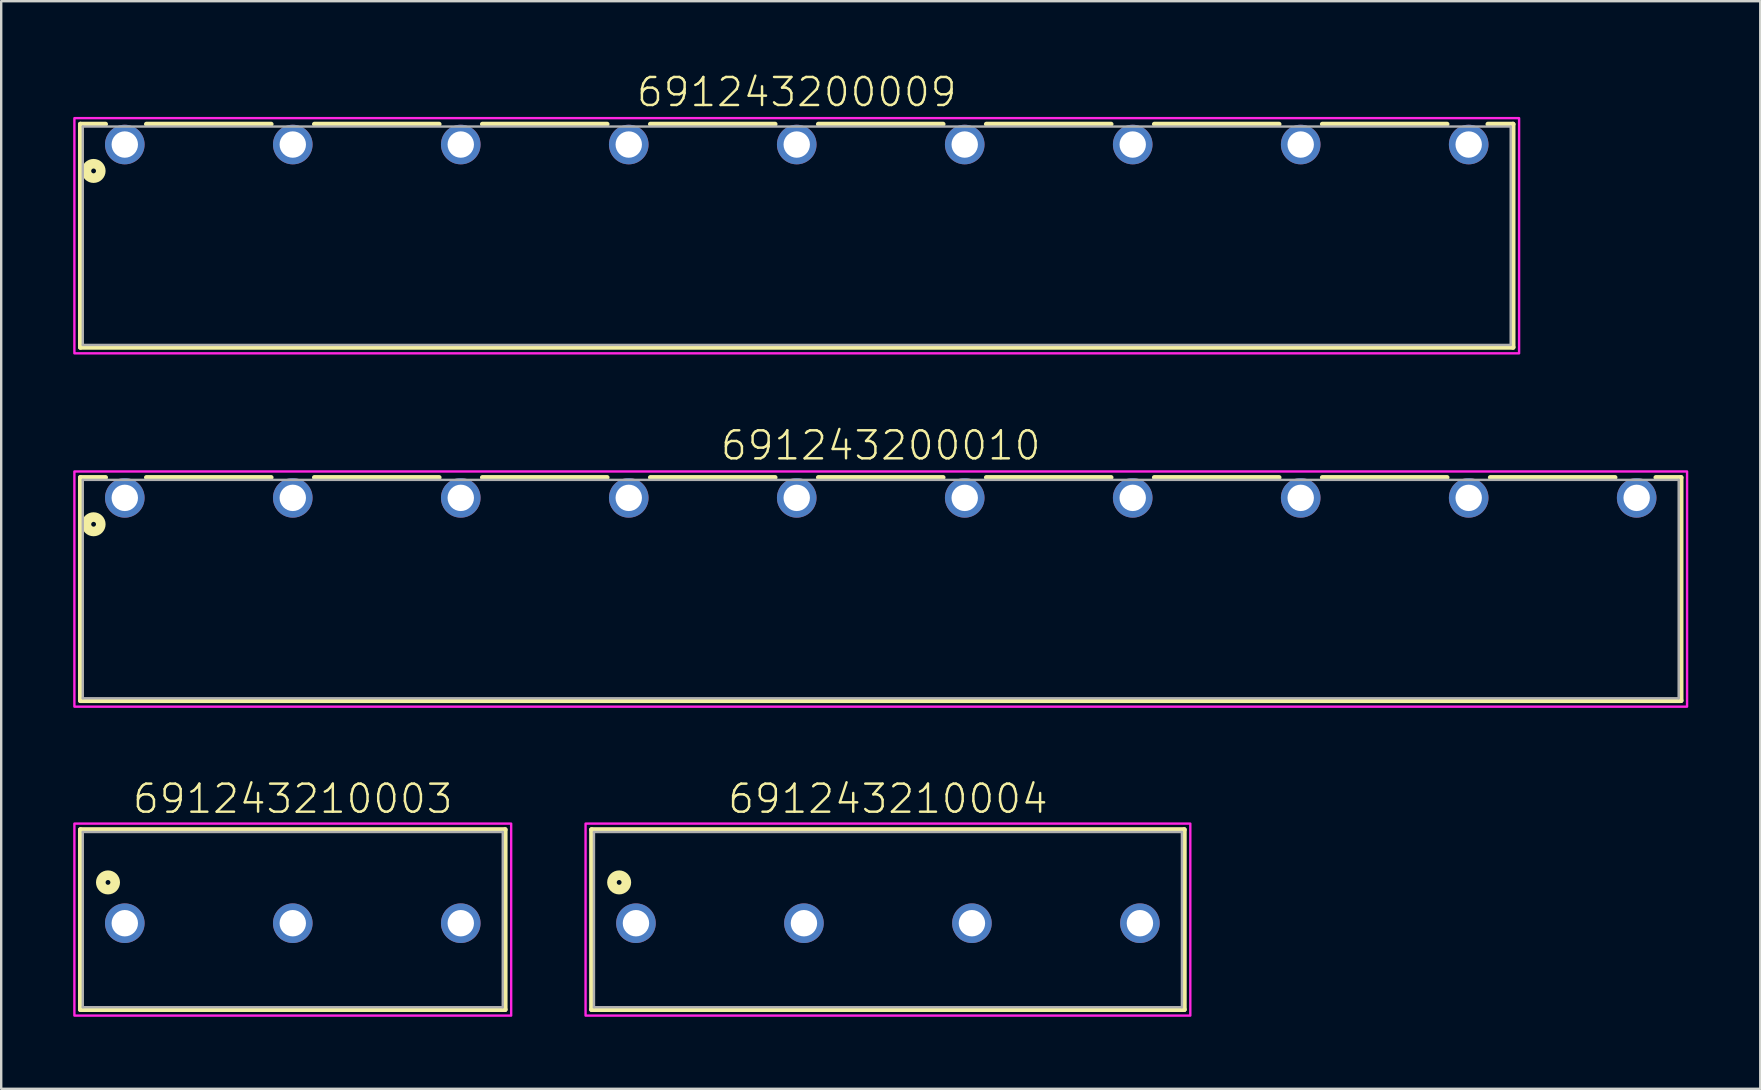
<source format=kicad_pcb>
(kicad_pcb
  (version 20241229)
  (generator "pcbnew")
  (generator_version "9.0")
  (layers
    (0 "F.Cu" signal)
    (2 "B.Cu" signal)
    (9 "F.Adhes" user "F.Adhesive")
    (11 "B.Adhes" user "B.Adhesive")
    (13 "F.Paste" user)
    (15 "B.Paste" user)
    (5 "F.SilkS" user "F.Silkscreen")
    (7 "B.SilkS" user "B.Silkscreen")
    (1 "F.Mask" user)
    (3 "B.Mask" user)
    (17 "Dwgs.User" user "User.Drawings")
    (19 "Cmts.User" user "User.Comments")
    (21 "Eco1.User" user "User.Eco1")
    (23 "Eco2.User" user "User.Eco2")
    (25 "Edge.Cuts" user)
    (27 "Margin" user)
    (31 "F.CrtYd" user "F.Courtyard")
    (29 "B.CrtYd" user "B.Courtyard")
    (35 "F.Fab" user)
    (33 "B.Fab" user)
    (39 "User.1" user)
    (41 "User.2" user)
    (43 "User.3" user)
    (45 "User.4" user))
  (footprint "691243210004"
    (layer "F.Cu")
    (at 33.95 35.42)
    (property "Reference" "691243210004" (at 0 -4.5 0) (unlocked yes) (layer "F.SilkS") (effects (font (size 1.168 1.168) (thickness 0.102)) (justify bottom)))
    (fp_line (start -12.35 -3.9) (end 12.35 -3.9) (stroke (width 0.2) (type solid)) (layer "F.SilkS"))
    (fp_line (start -12.35 3.6) (end -12.35 -3.9) (stroke (width 0.2) (type solid)) (layer "F.SilkS"))
    (fp_line (start 12.35 -3.9) (end 12.35 3.6) (stroke (width 0.2) (type solid)) (layer "F.SilkS"))
    (fp_line (start 12.35 3.6) (end -12.35 3.6) (stroke (width 0.2) (type solid)) (layer "F.SilkS"))
    (fp_circle (center -11.2 -1.7) (end -11.1 -1.7) (stroke (width 0.4) (type solid)) (fill no) (layer "F.SilkS"))
    (fp_poly (pts (xy 12.6 3.85) (xy -12.6 3.85) (xy -12.6 -4.15) (xy 12.6 -4.15)) (stroke (width 0.1) (type default)) (fill no) (layer "F.CrtYd"))
    (fp_line (start -12.25 -3.8) (end -12.25 3.5) (stroke (width 0.1) (type solid)) (layer "F.Fab"))
    (fp_line (start -12.25 -3.8) (end 12.25 -3.8) (stroke (width 0.1) (type solid)) (layer "F.Fab"))
    (fp_line (start 12.25 -3.8) (end 12.25 3.5) (stroke (width 0.1) (type solid)) (layer "F.Fab"))
    (fp_line (start 12.25 3.5) (end -12.25 3.5) (stroke (width 0.1) (type solid)) (layer "F.Fab"))
    (pad "1" thru_hole circle (at -10.5 0) (size 1.65 1.65) (drill 1.1) (layers "*.Cu" "*.Mask"))
    (pad "2" thru_hole circle (at -3.5 0) (size 1.65 1.65) (drill 1.1) (layers "*.Cu" "*.Mask"))
    (pad "3" thru_hole circle (at 3.5 0) (size 1.65 1.65) (drill 1.1) (layers "*.Cu" "*.Mask"))
    (pad "4" thru_hole circle (at 10.5 0) (size 1.65 1.65) (drill 1.1) (layers "*.Cu" "*.Mask")))
  (footprint "691243200010"
    (layer "F.Cu")
    (at 33.65 17.696)
    (property "Reference" "691243200010" (at 0 -1.5 0) (unlocked yes) (layer "F.SilkS") (effects (font (size 1.168 1.168) (thickness 0.102)) (justify bottom)))
    (fp_line (start -33.35 -0.85) (end -32.3 -0.85) (stroke (width 0.2) (type solid)) (layer "F.SilkS"))
    (fp_line (start -33.35 8.45) (end -33.35 -0.85) (stroke (width 0.2) (type solid)) (layer "F.SilkS"))
    (fp_line (start -30.6 -0.85) (end -25.4 -0.85) (stroke (width 0.2) (type solid)) (layer "F.SilkS"))
    (fp_line (start -23.6 -0.85) (end -18.4 -0.85) (stroke (width 0.2) (type solid)) (layer "F.SilkS"))
    (fp_line (start -16.6 -0.85) (end -11.4 -0.85) (stroke (width 0.2) (type solid)) (layer "F.SilkS"))
    (fp_line (start -9.6 -0.85) (end -4.4 -0.85) (stroke (width 0.2) (type solid)) (layer "F.SilkS"))
    (fp_line (start -2.6 -0.85) (end 2.6 -0.85) (stroke (width 0.2) (type solid)) (layer "F.SilkS"))
    (fp_line (start 4.4 -0.85) (end 9.6 -0.85) (stroke (width 0.2) (type solid)) (layer "F.SilkS"))
    (fp_line (start 11.4 -0.85) (end 16.6 -0.85) (stroke (width 0.2) (type solid)) (layer "F.SilkS"))
    (fp_line (start 18.4 -0.85) (end 23.6 -0.85) (stroke (width 0.2) (type solid)) (layer "F.SilkS"))
    (fp_line (start 25.4 -0.85) (end 30.6 -0.85) (stroke (width 0.2) (type solid)) (layer "F.SilkS"))
    (fp_line (start 32.3 -0.85) (end 33.35 -0.85) (stroke (width 0.2) (type solid)) (layer "F.SilkS"))
    (fp_line (start 33.35 -0.85) (end 33.35 8.45) (stroke (width 0.2) (type solid)) (layer "F.SilkS"))
    (fp_line (start 33.35 8.45) (end -33.35 8.45) (stroke (width 0.2) (type solid)) (layer "F.SilkS"))
    (fp_circle (center -32.8 1.1) (end -32.7 1.1) (stroke (width 0.4) (type solid)) (fill no) (layer "F.SilkS"))
    (fp_poly (pts (xy 33.6 8.7) (xy -33.6 8.7) (xy -33.6 -1.1) (xy 33.6 -1.1)) (stroke (width 0.1) (type default)) (fill no) (layer "F.CrtYd"))
    (fp_line (start -33.25 -0.75) (end 33.25 -0.75) (stroke (width 0.1) (type solid)) (layer "F.Fab"))
    (fp_line (start -33.25 8.35) (end -33.25 -0.75) (stroke (width 0.1) (type solid)) (layer "F.Fab"))
    (fp_line (start 33.25 -0.75) (end 33.25 8.35) (stroke (width 0.1) (type solid)) (layer "F.Fab"))
    (fp_line (start 33.25 8.35) (end -33.25 8.35) (stroke (width 0.1) (type solid)) (layer "F.Fab"))
    (pad "1" thru_hole circle (at -31.5 0 180) (size 1.65 1.65) (drill 1.1) (layers "*.Cu" "*.Mask"))
    (pad "2" thru_hole circle (at -24.5 0 180) (size 1.65 1.65) (drill 1.1) (layers "*.Cu" "*.Mask"))
    (pad "3" thru_hole circle (at -17.5 0 180) (size 1.65 1.65) (drill 1.1) (layers "*.Cu" "*.Mask"))
    (pad "4" thru_hole circle (at -10.5 0 180) (size 1.65 1.65) (drill 1.1) (layers "*.Cu" "*.Mask"))
    (pad "5" thru_hole circle (at -3.5 0 180) (size 1.65 1.65) (drill 1.1) (layers "*.Cu" "*.Mask"))
    (pad "6" thru_hole circle (at 3.5 0 180) (size 1.65 1.65) (drill 1.1) (layers "*.Cu" "*.Mask"))
    (pad "7" thru_hole circle (at 10.5 0 180) (size 1.65 1.65) (drill 1.1) (layers "*.Cu" "*.Mask"))
    (pad "8" thru_hole circle (at 17.5 0 180) (size 1.65 1.65) (drill 1.1) (layers "*.Cu" "*.Mask"))
    (pad "9" thru_hole circle (at 24.5 0 180) (size 1.65 1.65) (drill 1.1) (layers "*.Cu" "*.Mask"))
    (pad "10" thru_hole circle (at 31.5 0 180) (size 1.65 1.65) (drill 1.1) (layers "*.Cu" "*.Mask")))
  (footprint "691243200009"
    (layer "F.Cu")
    (at 30.15 2.973)
    (property "Reference" "691243200009" (at 0 -1.5 0) (unlocked yes) (layer "F.SilkS") (effects (font (size 1.168 1.168) (thickness 0.102)) (justify bottom)))
    (fp_line (start -29.85 -0.85) (end -28.8 -0.85) (stroke (width 0.2) (type solid)) (layer "F.SilkS"))
    (fp_line (start -29.85 8.45) (end -29.85 -0.85) (stroke (width 0.2) (type solid)) (layer "F.SilkS"))
    (fp_line (start -27.1 -0.85) (end -21.9 -0.85) (stroke (width 0.2) (type solid)) (layer "F.SilkS"))
    (fp_line (start -20.1 -0.85) (end -14.9 -0.85) (stroke (width 0.2) (type solid)) (layer "F.SilkS"))
    (fp_line (start -13.1 -0.85) (end -7.9 -0.85) (stroke (width 0.2) (type solid)) (layer "F.SilkS"))
    (fp_line (start -6.1 -0.85) (end -0.9 -0.85) (stroke (width 0.2) (type solid)) (layer "F.SilkS"))
    (fp_line (start 0.9 -0.85) (end 6.1 -0.85) (stroke (width 0.2) (type solid)) (layer "F.SilkS"))
    (fp_line (start 7.9 -0.85) (end 13.1 -0.85) (stroke (width 0.2) (type solid)) (layer "F.SilkS"))
    (fp_line (start 14.9 -0.85) (end 20.1 -0.85) (stroke (width 0.2) (type solid)) (layer "F.SilkS"))
    (fp_line (start 21.9 -0.85) (end 27.1 -0.85) (stroke (width 0.2) (type solid)) (layer "F.SilkS"))
    (fp_line (start 28.8 -0.85) (end 29.85 -0.85) (stroke (width 0.2) (type solid)) (layer "F.SilkS"))
    (fp_line (start 29.85 -0.85) (end 29.85 8.45) (stroke (width 0.2) (type solid)) (layer "F.SilkS"))
    (fp_line (start 29.85 8.45) (end -29.85 8.45) (stroke (width 0.2) (type solid)) (layer "F.SilkS"))
    (fp_circle (center -29.3 1.1) (end -29.2 1.1) (stroke (width 0.4) (type solid)) (fill no) (layer "F.SilkS"))
    (fp_poly (pts (xy 30.1 8.7) (xy -30.1 8.7) (xy -30.1 -1.1) (xy 30.1 -1.1)) (stroke (width 0.1) (type default)) (fill no) (layer "F.CrtYd"))
    (fp_line (start -29.75 -0.75) (end 29.75 -0.75) (stroke (width 0.1) (type solid)) (layer "F.Fab"))
    (fp_line (start -29.75 8.35) (end -29.75 -0.75) (stroke (width 0.1) (type solid)) (layer "F.Fab"))
    (fp_line (start 29.75 -0.75) (end 29.75 8.35) (stroke (width 0.1) (type solid)) (layer "F.Fab"))
    (fp_line (start 29.75 8.35) (end -29.75 8.35) (stroke (width 0.1) (type solid)) (layer "F.Fab"))
    (pad "1" thru_hole circle (at -28 0 180) (size 1.65 1.65) (drill 1.1) (layers "*.Cu" "*.Mask"))
    (pad "2" thru_hole circle (at -21 0 180) (size 1.65 1.65) (drill 1.1) (layers "*.Cu" "*.Mask"))
    (pad "3" thru_hole circle (at -14 0 180) (size 1.65 1.65) (drill 1.1) (layers "*.Cu" "*.Mask"))
    (pad "4" thru_hole circle (at -7 0 180) (size 1.65 1.65) (drill 1.1) (layers "*.Cu" "*.Mask"))
    (pad "5" thru_hole circle (at 0 0 180) (size 1.65 1.65) (drill 1.1) (layers "*.Cu" "*.Mask"))
    (pad "6" thru_hole circle (at 7 0 180) (size 1.65 1.65) (drill 1.1) (layers "*.Cu" "*.Mask"))
    (pad "7" thru_hole circle (at 14 0 180) (size 1.65 1.65) (drill 1.1) (layers "*.Cu" "*.Mask"))
    (pad "8" thru_hole circle (at 21 0 180) (size 1.65 1.65) (drill 1.1) (layers "*.Cu" "*.Mask"))
    (pad "9" thru_hole circle (at 28 0 180) (size 1.65 1.65) (drill 1.1) (layers "*.Cu" "*.Mask")))
  (footprint "691243210003"
    (layer "F.Cu")
    (at 9.15 35.42)
    (property "Reference" "691243210003" (at 0 -4.5 0) (unlocked yes) (layer "F.SilkS") (effects (font (size 1.168 1.168) (thickness 0.102)) (justify bottom)))
    (fp_line (start -8.85 -3.9) (end 8.85 -3.9) (stroke (width 0.2) (type solid)) (layer "F.SilkS"))
    (fp_line (start -8.85 3.6) (end -8.85 -3.9) (stroke (width 0.2) (type solid)) (layer "F.SilkS"))
    (fp_line (start 8.85 -3.9) (end 8.85 3.6) (stroke (width 0.2) (type solid)) (layer "F.SilkS"))
    (fp_line (start 8.85 3.6) (end -8.85 3.6) (stroke (width 0.2) (type solid)) (layer "F.SilkS"))
    (fp_circle (center -7.7 -1.7) (end -7.6 -1.7) (stroke (width 0.4) (type solid)) (fill no) (layer "F.SilkS"))
    (fp_poly (pts (xy 9.1 3.85) (xy -9.1 3.85) (xy -9.1 -4.15) (xy 9.1 -4.15)) (stroke (width 0.1) (type default)) (fill no) (layer "F.CrtYd"))
    (fp_line (start -8.75 -3.8) (end -8.75 3.5) (stroke (width 0.1) (type solid)) (layer "F.Fab"))
    (fp_line (start -8.75 -3.8) (end 8.75 -3.8) (stroke (width 0.1) (type solid)) (layer "F.Fab"))
    (fp_line (start 8.75 -3.8) (end 8.75 3.5) (stroke (width 0.1) (type solid)) (layer "F.Fab"))
    (fp_line (start 8.75 3.5) (end -8.75 3.5) (stroke (width 0.1) (type solid)) (layer "F.Fab"))
    (pad "1" thru_hole circle (at -7 0) (size 1.65 1.65) (drill 1.1) (layers "*.Cu" "*.Mask"))
    (pad "2" thru_hole circle (at 0 0) (size 1.65 1.65) (drill 1.1) (layers "*.Cu" "*.Mask"))
    (pad "3" thru_hole circle (at 7 0) (size 1.65 1.65) (drill 1.1) (layers "*.Cu" "*.Mask")))
  (gr_rect
    (start -3 -3)
    (end 70.3 42.32)
    (stroke (width 0.1) (type default))
    (fill no)
    (layer "Edge.Cuts")))
</source>
